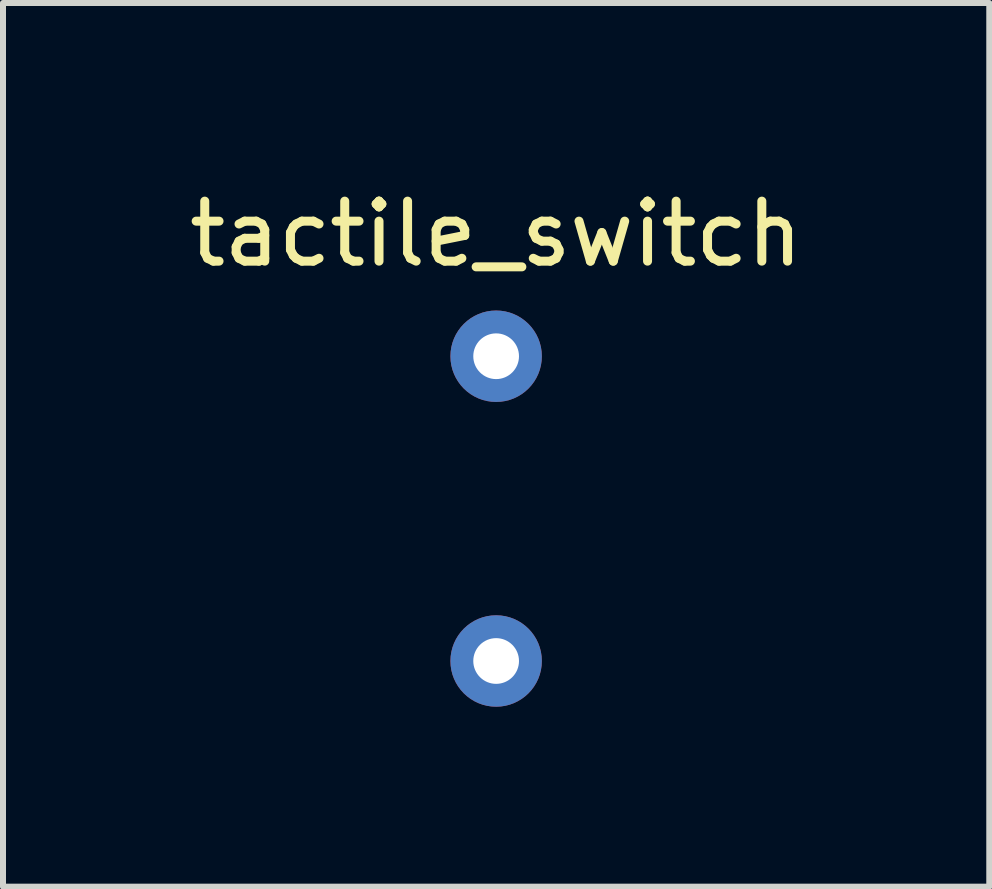
<source format=kicad_pcb>
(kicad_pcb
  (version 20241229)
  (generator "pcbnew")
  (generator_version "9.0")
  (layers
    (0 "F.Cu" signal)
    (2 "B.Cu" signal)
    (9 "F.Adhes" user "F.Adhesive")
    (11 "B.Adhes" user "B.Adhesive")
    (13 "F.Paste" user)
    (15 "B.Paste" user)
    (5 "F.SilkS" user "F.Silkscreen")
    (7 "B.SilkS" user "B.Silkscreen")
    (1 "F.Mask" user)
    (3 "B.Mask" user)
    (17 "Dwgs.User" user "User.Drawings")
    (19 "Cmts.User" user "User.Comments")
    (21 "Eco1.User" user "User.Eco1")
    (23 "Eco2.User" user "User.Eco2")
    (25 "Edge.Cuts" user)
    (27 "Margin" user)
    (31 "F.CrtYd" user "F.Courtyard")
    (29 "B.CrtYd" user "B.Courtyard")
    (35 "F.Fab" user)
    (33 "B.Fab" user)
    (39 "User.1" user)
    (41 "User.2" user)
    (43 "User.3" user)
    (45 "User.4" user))
  (footprint "tactile_switch"
    (layer "F.Cu")
    (at 5.22 0.348)
    (property "Reference" "tactile_switch" (at 0 0.5 0) (layer "F.SilkS") (effects (font (size 1 1) (thickness 0.15))))
    (attr through_hole)
    (pad "1" thru_hole circle (at 0 2.54) (size 1.524 1.524) (drill 0.762) (layers "*.Cu" "*.Mask"))
    (pad "2" thru_hole circle (at 0 7.62) (size 1.524 1.524) (drill 0.762) (layers "*.Cu" "*.Mask")))
  (gr_rect
    (start -3 -3)
    (end 13.44 11.73)
    (stroke (width 0.1) (type default))
    (fill no)
    (layer "Edge.Cuts")))
</source>
